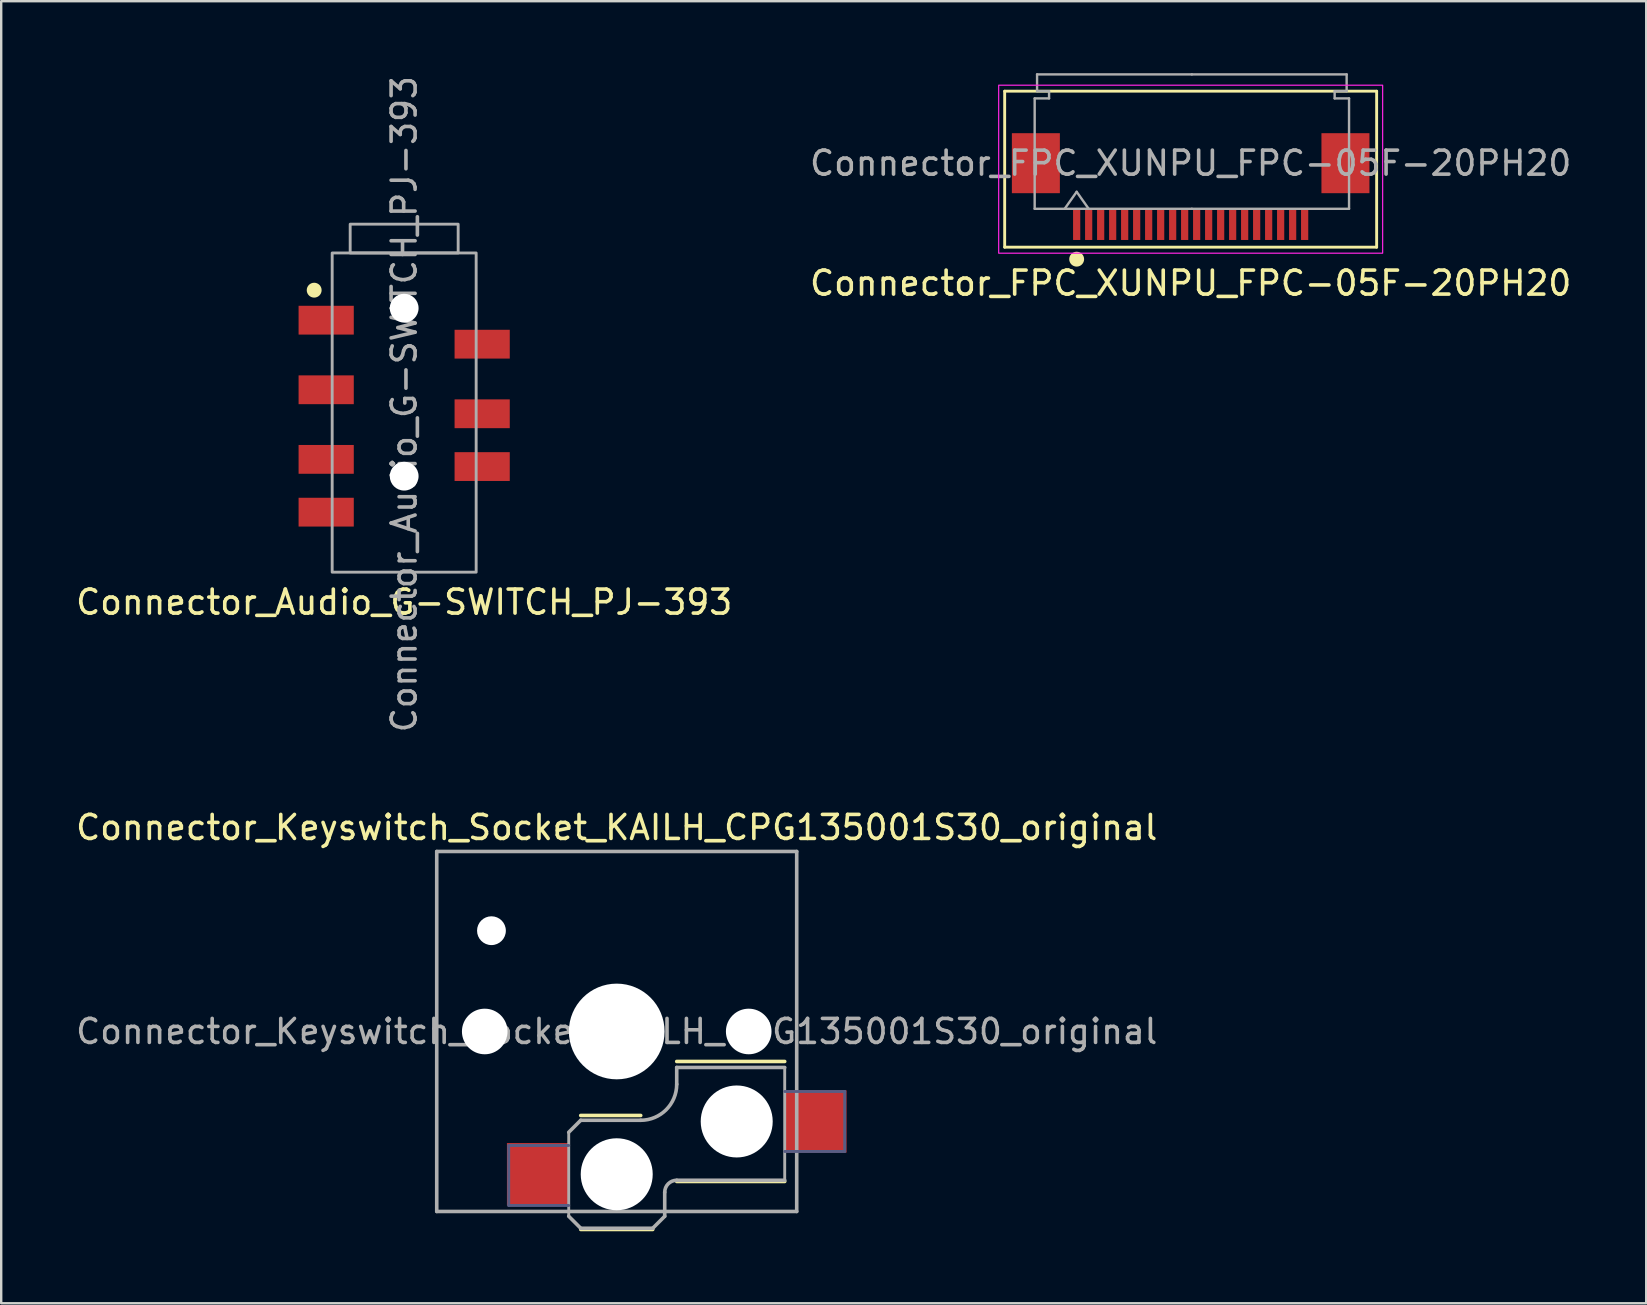
<source format=kicad_pcb>
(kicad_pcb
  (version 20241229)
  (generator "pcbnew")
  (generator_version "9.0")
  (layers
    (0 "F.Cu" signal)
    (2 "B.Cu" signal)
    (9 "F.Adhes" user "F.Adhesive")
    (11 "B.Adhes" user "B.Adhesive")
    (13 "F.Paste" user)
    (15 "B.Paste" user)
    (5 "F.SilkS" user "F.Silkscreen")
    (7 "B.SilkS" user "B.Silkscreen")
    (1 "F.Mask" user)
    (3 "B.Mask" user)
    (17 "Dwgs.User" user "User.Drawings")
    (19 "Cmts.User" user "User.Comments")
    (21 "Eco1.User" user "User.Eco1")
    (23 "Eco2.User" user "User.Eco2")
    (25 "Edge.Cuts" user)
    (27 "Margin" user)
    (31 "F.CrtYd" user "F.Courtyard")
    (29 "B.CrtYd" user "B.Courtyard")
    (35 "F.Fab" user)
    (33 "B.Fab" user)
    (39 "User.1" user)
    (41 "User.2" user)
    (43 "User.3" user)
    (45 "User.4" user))
  (footprint "Connector_Keyswitch_Socket_KAILH_CPG135001S30_original"
    (layer "F.Cu")
    (at 22.649 39.932)
    (property "Reference" "Connector_Keyswitch_Socket_KAILH_CPG135001S30_original" (at 0 -8.5 0) (layer "F.SilkS") (effects (font (size 1 1) (thickness 0.15))))
    (attr smd)
    (fp_line (start -1.5 3.5) (end 1 3.5) (stroke (width 0.15) (type solid)) (layer "F.SilkS"))
    (fp_line (start -1.5 8.25) (end 1.5 8.25) (stroke (width 0.15) (type solid)) (layer "F.SilkS"))
    (fp_line (start 2.5 1.25) (end 7 1.25) (stroke (width 0.15) (type solid)) (layer "F.SilkS"))
    (fp_line (start 7 6.25) (end 2.5 6.25) (stroke (width 0.15) (type solid)) (layer "F.SilkS"))
    (fp_line (start -6.9 -6.9) (end -6.9 6.9) (stroke (width 0.15) (type solid)) (layer "Eco2.User"))
    (fp_line (start -6.9 -6.9) (end 6.9 -6.9) (stroke (width 0.15) (type solid)) (layer "Eco2.User"))
    (fp_line (start -2.6 -6.3) (end 2.6 -6.3) (stroke (width 0.15) (type solid)) (layer "Eco2.User"))
    (fp_line (start -2.6 -3.1) (end -2.6 -6.3) (stroke (width 0.15) (type solid)) (layer "Eco2.User"))
    (fp_line (start 2.6 -3.1) (end -2.6 -3.1) (stroke (width 0.15) (type solid)) (layer "Eco2.User"))
    (fp_line (start 2.6 -3.1) (end 2.6 -6.3) (stroke (width 0.15) (type solid)) (layer "Eco2.User"))
    (fp_line (start 6.9 6.9) (end -6.9 6.9) (stroke (width 0.15) (type solid)) (layer "Eco2.User"))
    (fp_line (start 6.9 6.9) (end 6.9 -6.9) (stroke (width 0.15) (type solid)) (layer "Eco2.User"))
    (fp_line (start -4.5 4.75) (end -4.5 7.25) (stroke (width 0.12) (type solid)) (layer "B.Fab"))
    (fp_line (start -4.5 7.25) (end -2 7.25) (stroke (width 0.12) (type solid)) (layer "B.Fab"))
    (fp_line (start -2 4.75) (end -4.5 4.75) (stroke (width 0.12) (type solid)) (layer "B.Fab"))
    (fp_line (start 7 5) (end 9.5 5) (stroke (width 0.12) (type solid)) (layer "B.Fab"))
    (fp_line (start 9.5 2.5) (end 7 2.5) (stroke (width 0.12) (type solid)) (layer "B.Fab"))
    (fp_line (start 9.5 5) (end 9.5 2.5) (stroke (width 0.12) (type solid)) (layer "B.Fab"))
    (fp_line (start -7.5 -7.5) (end -7.5 7.5) (stroke (width 0.15) (type solid)) (layer "F.Fab"))
    (fp_line (start -7.5 7.5) (end 7.5 7.5) (stroke (width 0.15) (type solid)) (layer "F.Fab"))
    (fp_line (start -2 4.2) (end -1.5 3.7) (stroke (width 0.15) (type solid)) (layer "F.Fab"))
    (fp_line (start -2 4.25) (end -2 7.7) (stroke (width 0.12) (type solid)) (layer "F.Fab"))
    (fp_line (start -2 7.7) (end -1.5 8.2) (stroke (width 0.15) (type solid)) (layer "F.Fab"))
    (fp_line (start -1.5 3.7) (end 1 3.7) (stroke (width 0.15) (type solid)) (layer "F.Fab"))
    (fp_line (start -1.5 8.2) (end 1.5 8.2) (stroke (width 0.15) (type solid)) (layer "F.Fab"))
    (fp_line (start 1.5 8.2) (end 2 7.7) (stroke (width 0.15) (type solid)) (layer "F.Fab"))
    (fp_line (start 2 6.7) (end 2 7.7) (stroke (width 0.15) (type solid)) (layer "F.Fab"))
    (fp_line (start 2.5 1.5) (end 7 1.5) (stroke (width 0.15) (type solid)) (layer "F.Fab"))
    (fp_line (start 2.5 2.2) (end 2.5 1.5) (stroke (width 0.15) (type solid)) (layer "F.Fab"))
    (fp_line (start 7 1.5) (end 7 6.2) (stroke (width 0.12) (type solid)) (layer "F.Fab"))
    (fp_line (start 7 6.2) (end 2.5 6.2) (stroke (width 0.15) (type solid)) (layer "F.Fab"))
    (fp_line (start 7.5 -7.5) (end -7.5 -7.5) (stroke (width 0.15) (type solid)) (layer "F.Fab"))
    (fp_line (start 7.5 7.5) (end 7.5 -7.5) (stroke (width 0.15) (type solid)) (layer "F.Fab"))
    (fp_arc (start 2 6.7) (mid 2.146446 6.346446) (end 2.5 6.2) (stroke (width 0.15) (type solid)) (layer "F.Fab"))
    (fp_arc (start 2.5 2.2) (mid 2.06066 3.26066) (end 1 3.7) (stroke (width 0.15) (type solid)) (layer "F.Fab"))
    (fp_text user "${REFERENCE}" (at 0 0 0) (layer "F.Fab") (effects (font (size 1 1) (thickness 0.15))))
    (pad "" np_thru_hole circle (at -5.5 0) (size 1.9 1.9) (drill 1.9) (layers "*.Cu" "*.Mask"))
    (pad "" np_thru_hole circle (at -5.22 -4.2) (size 1.2 1.2) (drill 1.2) (layers "*.Cu" "*.Mask"))
    (pad "" np_thru_hole circle (at 0 0) (size 3.988 3.988) (drill 3.988) (layers "*.Cu" "*.Mask"))
    (pad "" np_thru_hole circle (at 0 5.95) (size 3 3) (drill 3) (layers "*.Cu" "*.Mask"))
    (pad "" np_thru_hole circle (at 5 3.75) (size 3 3) (drill 3) (layers "*.Cu" "*.Mask"))
    (pad "" np_thru_hole circle (at 5.5 0) (size 1.9 1.9) (drill 1.9) (layers "*.Cu" "*.Mask"))
    (pad "1" smd rect (at -3.275 5.95) (size 2.6 2.6) (layers "F.Cu" "F.Mask" "F.Paste"))
    (pad "2" smd rect (at 8.275 3.75) (size 2.6 2.6) (layers "F.Cu" "F.Mask" "F.Paste")))
  (footprint "Connector_Audio_G-SWITCH_PJ-393"
    (layer "F.Cu")
    (at 13.792 9.792)
    (property "Reference" "Connector_Audio_G-SWITCH_PJ-393" (at 0 12.25 0) (unlocked yes) (layer "F.SilkS") (effects (font (size 1 1) (thickness 0.15))))
    (attr smd)
    (fp_circle (center -3.75 -0.75) (end -3.5 -0.75) (stroke (width 0.12) (type solid)) (fill yes) (layer "F.SilkS"))
    (fp_rect (start -3 -2.3) (end 3 11) (stroke (width 0.12) (type default)) (fill no) (layer "F.Fab"))
    (fp_rect (start -2.25 -3.5) (end 2.25 -2.3) (stroke (width 0.12) (type default)) (fill no) (layer "F.Fab"))
    (fp_text user "${REFERENCE}" (at 0 4 90) (layer "F.Fab") (effects (font (size 1 1) (thickness 0.15))))
    (pad "" np_thru_hole circle (at 0 0) (size 1.2 1.2) (drill 1.2) (layers "*.Cu" "*.Mask"))
    (pad "" np_thru_hole circle (at 0 7) (size 1.2 1.2) (drill 1.2) (layers "*.Cu" "*.Mask"))
    (pad "1" smd rect (at -3.25 0.5) (size 2.3 1.2) (layers "F.Cu" "F.Mask" "F.Paste"))
    (pad "2" smd rect (at -3.25 3.4) (size 2.3 1.2) (layers "F.Cu" "F.Mask" "F.Paste"))
    (pad "3" smd rect (at -3.25 6.3) (size 2.3 1.2) (layers "F.Cu" "F.Mask" "F.Paste"))
    (pad "4" smd rect (at 3.25 6.6) (size 2.3 1.2) (layers "F.Cu" "F.Mask" "F.Paste"))
    (pad "6" smd rect (at 3.25 1.5) (size 2.3 1.2) (layers "F.Cu" "F.Mask" "F.Paste"))
    (pad "7" smd rect (at 3.25 4.4) (size 2.3 1.2) (layers "F.Cu" "F.Mask" "F.Paste"))
    (pad "8" smd rect (at -3.25 8.5) (size 2.3 1.2) (layers "F.Cu" "F.Mask" "F.Paste")))
  (footprint "Connector_FPC_XUNPU_FPC-05F-20PH20"
    (layer "F.Cu")
    (at 46.565 3.75)
    (property "Reference" "Connector_FPC_XUNPU_FPC-05F-20PH20" (at 0 5 0) (unlocked yes) (layer "F.SilkS") (effects (font (size 1 1) (thickness 0.15))))
    (attr smd)
    (fp_line (start -7.75 -3) (end 7.75 -3) (stroke (width 0.12) (type default)) (layer "F.SilkS"))
    (fp_line (start -7.75 3.5) (end -7.75 -3) (stroke (width 0.12) (type default)) (layer "F.SilkS"))
    (fp_line (start 7.75 -3) (end 7.75 3.5) (stroke (width 0.12) (type default)) (layer "F.SilkS"))
    (fp_line (start 7.75 3.5) (end -7.75 3.5) (stroke (width 0.12) (type default)) (layer "F.SilkS"))
    (fp_circle (center -4.75 4) (end -4.5 4) (stroke (width 0.12) (type solid)) (fill yes) (layer "F.SilkS"))
    (fp_rect (start -8 -3.25) (end 8 3.75) (stroke (width 0.05) (type default)) (fill no) (layer "F.CrtYd"))
    (fp_line (start -6.5 -2.7) (end -5.9 -2.7) (stroke (width 0.1) (type solid)) (layer "F.Fab"))
    (fp_line (start -6.5 1.9) (end -6.5 -2.7) (stroke (width 0.1) (type solid)) (layer "F.Fab"))
    (fp_line (start -6.4 -3.7) (end 0.05 -3.7) (stroke (width 0.1) (type solid)) (layer "F.Fab"))
    (fp_line (start -6.4 -3) (end -6.4 -3.7) (stroke (width 0.1) (type solid)) (layer "F.Fab"))
    (fp_line (start -5.9 -3) (end -6.4 -3) (stroke (width 0.1) (type solid)) (layer "F.Fab"))
    (fp_line (start -5.9 -2.7) (end -5.9 -3) (stroke (width 0.1) (type solid)) (layer "F.Fab"))
    (fp_line (start -4.75 1.193) (end -5.25 1.9) (stroke (width 0.1) (type solid)) (layer "F.Fab"))
    (fp_line (start -4.25 1.9) (end -4.75 1.193) (stroke (width 0.1) (type solid)) (layer "F.Fab"))
    (fp_line (start 0.05 1.9) (end -6.5 1.9) (stroke (width 0.1) (type solid)) (layer "F.Fab"))
    (fp_line (start 0.05 1.9) (end 6.6 1.9) (stroke (width 0.1) (type solid)) (layer "F.Fab"))
    (fp_line (start 6 -3) (end 6.5 -3) (stroke (width 0.1) (type solid)) (layer "F.Fab"))
    (fp_line (start 6 -2.7) (end 6 -3) (stroke (width 0.1) (type solid)) (layer "F.Fab"))
    (fp_line (start 6.5 -3.7) (end 0.05 -3.7) (stroke (width 0.1) (type solid)) (layer "F.Fab"))
    (fp_line (start 6.5 -3) (end 6.5 -3.7) (stroke (width 0.1) (type solid)) (layer "F.Fab"))
    (fp_line (start 6.6 -2.7) (end 6 -2.7) (stroke (width 0.1) (type solid)) (layer "F.Fab"))
    (fp_line (start 6.6 1.9) (end 6.6 -2.7) (stroke (width 0.1) (type solid)) (layer "F.Fab"))
    (fp_text user "${REFERENCE}" (at 0 0 0) (layer "F.Fab") (effects (font (size 1 1) (thickness 0.15))))
    (pad "1" smd rect (at -4.75 2.575) (size 0.3 1.25) (layers "F.Cu" "F.Mask" "F.Paste"))
    (pad "2" smd rect (at -4.25 2.575) (size 0.3 1.25) (layers "F.Cu" "F.Mask" "F.Paste"))
    (pad "3" smd rect (at -3.75 2.575) (size 0.3 1.25) (layers "F.Cu" "F.Mask" "F.Paste"))
    (pad "4" smd rect (at -3.25 2.575) (size 0.3 1.25) (layers "F.Cu" "F.Mask" "F.Paste"))
    (pad "5" smd rect (at -2.75 2.575) (size 0.3 1.25) (layers "F.Cu" "F.Mask" "F.Paste"))
    (pad "6" smd rect (at -2.25 2.575) (size 0.3 1.25) (layers "F.Cu" "F.Mask" "F.Paste"))
    (pad "7" smd rect (at -1.75 2.575) (size 0.3 1.25) (layers "F.Cu" "F.Mask" "F.Paste"))
    (pad "8" smd rect (at -1.25 2.575) (size 0.3 1.25) (layers "F.Cu" "F.Mask" "F.Paste"))
    (pad "9" smd rect (at -0.75 2.575) (size 0.3 1.25) (layers "F.Cu" "F.Mask" "F.Paste"))
    (pad "10" smd rect (at -0.25 2.575) (size 0.3 1.25) (layers "F.Cu" "F.Mask" "F.Paste"))
    (pad "11" smd rect (at 0.25 2.575) (size 0.3 1.25) (layers "F.Cu" "F.Mask" "F.Paste"))
    (pad "12" smd rect (at 0.75 2.575) (size 0.3 1.25) (layers "F.Cu" "F.Mask" "F.Paste"))
    (pad "13" smd rect (at 1.25 2.575) (size 0.3 1.25) (layers "F.Cu" "F.Mask" "F.Paste"))
    (pad "14" smd rect (at 1.75 2.575) (size 0.3 1.25) (layers "F.Cu" "F.Mask" "F.Paste"))
    (pad "15" smd rect (at 2.25 2.575) (size 0.3 1.25) (layers "F.Cu" "F.Mask" "F.Paste"))
    (pad "16" smd rect (at 2.75 2.575) (size 0.3 1.25) (layers "F.Cu" "F.Mask" "F.Paste"))
    (pad "17" smd rect (at 3.25 2.575) (size 0.3 1.25) (layers "F.Cu" "F.Mask" "F.Paste"))
    (pad "18" smd rect (at 3.75 2.575) (size 0.3 1.25) (layers "F.Cu" "F.Mask" "F.Paste"))
    (pad "19" smd rect (at 4.25 2.575) (size 0.3 1.25) (layers "F.Cu" "F.Mask" "F.Paste"))
    (pad "20" smd rect (at 4.75 2.575) (size 0.3 1.25) (layers "F.Cu" "F.Mask" "F.Paste"))
    (pad "MP" smd rect (at -6.45 0) (size 2 2.5) (layers "F.Cu" "F.Mask" "F.Paste"))
    (pad "MP" smd rect (at 6.45 0) (size 2 2.5) (layers "F.Cu" "F.Mask" "F.Paste")))
  (gr_rect
    (start -3 -3)
    (end 65.548 51.257)
    (stroke (width 0.1) (type default))
    (fill no)
    (layer "Edge.Cuts")))
</source>
